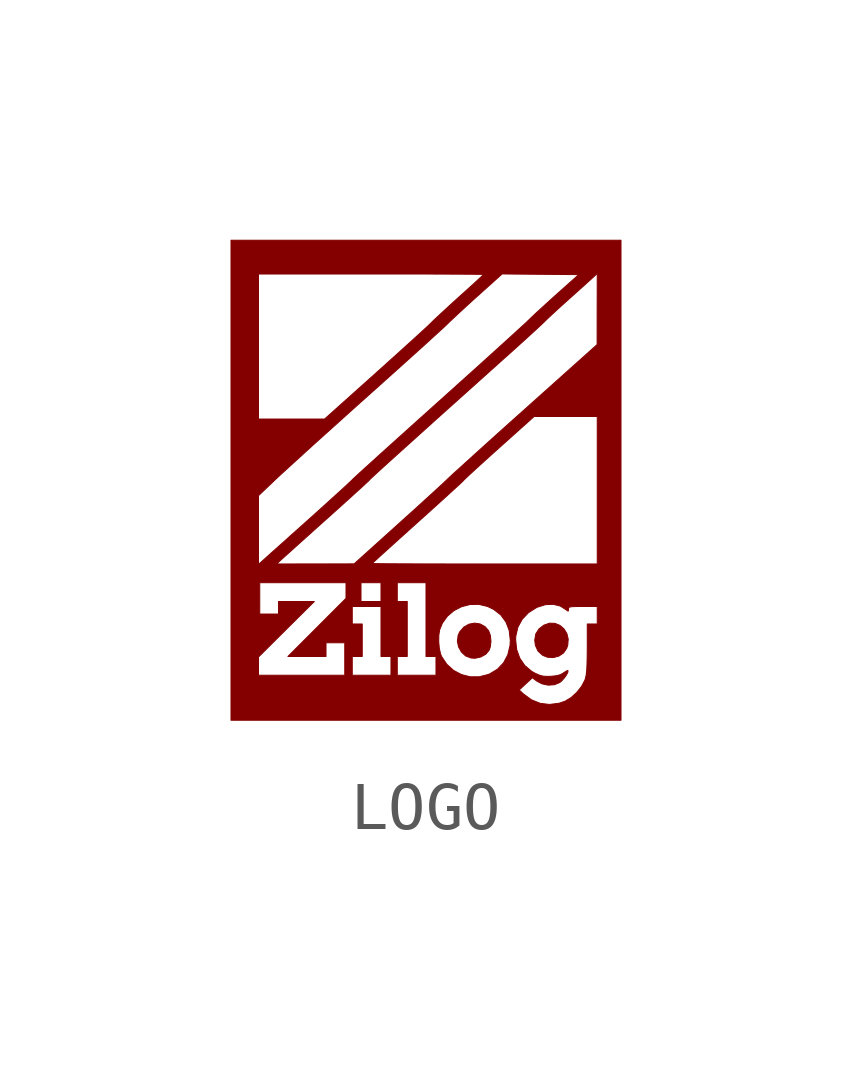
<source format=kicad_sym>
(kicad_symbol_lib
  (version 20210619)
  (generator bitmap2component)
  (symbol "LOGO"
    (pin_names
      (offset 1.016))
    (property "Reference" "#G"
      (at 0 4.367 0)
      (effects (font (size 1.27 1.27)) hide))
    (symbol "LOGO_0_0"
      (polyline (pts (xy 4.064 5.002) (xy -4.064 5.002) (xy -4.064 4.298) (xy -3.491 4.298) (xy -1.138 4.298) (xy -0.794 4.298) (xy -0.465 4.298) (xy -0.155 4.298) (xy 0.132 4.297) (xy 0.393 4.296) (xy 0.624 4.295) (xy 0.821 4.294) (xy 0.98 4.293) (xy 1.099 4.291) (xy 1.173 4.29) (xy 1.198 4.288) (xy 1.186 4.274) (xy 1.139 4.23) (xy 1.063 4.159) (xy 0.963 4.067) (xy 0.843 3.959) (xy 0.71 3.839) (xy 0.616 3.754) (xy 0.478 3.628) (xy 0.351 3.511) (xy 0.242 3.41) (xy 0.157 3.33) (xy 0.105 3.278) (xy 0.091 3.265) (xy 0.034 3.21) (xy -0.056 3.127) (xy -0.176 3.017) (xy -0.32 2.886) (xy -0.485 2.737) (xy -0.666 2.573) (xy -0.861 2.398) (xy -1.063 2.216) (xy -2.113 1.276) (xy -3.491 1.276) (xy -3.491 4.298) (xy -4.064 4.298) (xy -4.064 -1.754) (xy -3.491 -1.754) (xy -3.491 -0.321) (xy -3.12 0.032) (xy -3.114 0.037) (xy -3.031 0.115) (xy -2.913 0.223) (xy -2.765 0.358) (xy -2.59 0.517) (xy -2.393 0.697) (xy -2.176 0.893) (xy -1.944 1.101) (xy -1.701 1.32) (xy -1.452 1.544) (xy -1.198 1.771) (xy -1.125 1.836) (xy -0.882 2.054) (xy -0.65 2.262) (xy -0.432 2.458) (xy -0.23 2.64) (xy -0.047 2.805) (xy 0.112 2.95) (xy 0.245 3.071) (xy 0.349 3.166) (xy 0.42 3.232) (xy 0.456 3.267) (xy 0.493 3.304) (xy 0.569 3.375) (xy 0.671 3.471) (xy 0.793 3.583) (xy 0.929 3.708) (xy 1.073 3.838) (xy 1.586 4.299) (xy 3.183 4.285) (xy 2.731 3.882) (xy 2.677 3.834) (xy 2.539 3.709) (xy 2.408 3.589) (xy 2.291 3.482) (xy 2.198 3.394) (xy 2.136 3.334) (xy 2.098 3.297) (xy 2.022 3.227) (xy 1.914 3.128) (xy 1.776 3.002) (xy 1.612 2.853) (xy 1.423 2.682) (xy 1.214 2.493) (xy 0.987 2.288) (xy 0.745 2.071) (xy 0.492 1.843) (xy 0.23 1.608) (xy 0.213 1.593) (xy -0.044 1.362) (xy -0.29 1.141) (xy -0.522 0.932) (xy -0.738 0.738) (xy -0.933 0.562) (xy -1.106 0.405) (xy -1.254 0.271) (xy -1.375 0.161) (xy -1.464 0.079) (xy -1.521 0.026) (xy -1.541 0.006) (xy -1.56 -0.013) (xy -1.614 -0.064) (xy -1.699 -0.143) (xy -1.812 -0.246) (xy -1.949 -0.37) (xy -2.105 -0.512) (xy -2.277 -0.667) (xy -2.462 -0.833) (xy -2.632 -0.985) (xy -2.809 -1.143) (xy -2.972 -1.29) (xy -3.117 -1.419) (xy -3.24 -1.529) (xy -3.336 -1.615) (xy -3.401 -1.674) (xy -3.432 -1.702) (xy -3.481 -1.745) (xy -3.112 -1.745) (xy -3.047 -1.684) (xy -3.023 -1.661) (xy -2.961 -1.605) (xy -2.868 -1.522) (xy -2.748 -1.414) (xy -2.606 -1.286) (xy -2.445 -1.142) (xy -2.27 -0.984) (xy -2.084 -0.818) (xy -1.92 -0.671) (xy -1.748 -0.516) (xy -1.591 -0.375) (xy -1.454 -0.25) (xy -1.339 -0.146) (xy -1.253 -0.066) (xy -1.197 -0.014) (xy -1.176 0.008) (xy -1.176 0.008) (xy -1.157 0.028) (xy -1.108 0.074) (xy -1.028 0.148) (xy -0.916 0.25) (xy -0.773 0.38) (xy -0.596 0.54) (xy -0.385 0.73) (xy -0.14 0.951) (xy 0.14 1.203) (xy 0.456 1.487) (xy 0.809 1.803) (xy 1.2 2.154) (xy 1.628 2.538) (xy 1.796 2.688) (xy 1.959 2.835) (xy 2.109 2.971) (xy 2.24 3.091) (xy 2.349 3.191) (xy 2.429 3.266) (xy 2.475 3.31) (xy 2.479 3.315) (xy 2.539 3.373) (xy 2.629 3.457) (xy 2.74 3.56) (xy 2.865 3.673) (xy 2.996 3.791) (xy 3.018 3.81) (xy 3.144 3.924) (xy 3.262 4.029) (xy 3.362 4.12) (xy 3.439 4.189) (xy 3.484 4.23) (xy 3.569 4.309) (xy 3.567 3.568) (xy 3.566 2.827) (xy 2.081 1.498) (xy 2.07 1.488) (xy 1.829 1.273) (xy 1.597 1.065) (xy 1.377 0.867) (xy 1.172 0.682) (xy 0.986 0.514) (xy 0.822 0.365) (xy 0.683 0.239) (xy 0.572 0.139) (xy 0.494 0.066) (xy 0.452 0.026) (xy 0.416 -0.008) (xy 0.34 -0.08) (xy 0.233 -0.178) (xy 0.1 -0.3) (xy -0.054 -0.44) (xy -0.224 -0.595) (xy -0.406 -0.759) (xy -0.596 -0.93) (xy -1.49 -1.736) (xy -1.12 -1.736) (xy -1.12 -1.735) (xy -1.097 -1.712) (xy -1.038 -1.658) (xy -0.95 -1.577) (xy -0.833 -1.471) (xy -0.694 -1.345) (xy -0.534 -1.201) (xy -0.359 -1.043) (xy -0.171 -0.874) (xy -0.149 -0.854) (xy 0.038 -0.686) (xy 0.213 -0.528) (xy 0.371 -0.385) (xy 0.509 -0.259) (xy 0.624 -0.154) (xy 0.711 -0.074) (xy 0.766 -0.022) (xy 0.786 -0.000400) (xy 0.787 0.000300) (xy 0.811 0.025) (xy 0.87 0.081) (xy 0.959 0.163) (xy 1.072 0.267) (xy 1.208 0.39) (xy 1.359 0.527) (xy 1.524 0.675) (xy 2.253 1.328) (xy 3.569 1.329) (xy 3.569 -1.745) (xy 1.216 -1.745) (xy 0.872 -1.745) (xy 0.543 -1.745) (xy 0.233 -1.744) (xy -0.054 -1.744) (xy -0.315 -1.743) (xy -0.546 -1.742) (xy -0.743 -1.741) (xy -0.902 -1.74) (xy -1.021 -1.738) (xy -1.095 -1.737) (xy -1.12 -1.736) (xy -1.49 -1.736) (xy -1.498 -1.743) (xy -3.112 -1.745) (xy -3.481 -1.745) (xy -3.491 -1.754) (xy -4.064 -1.754) (xy -4.064 -3.684) (xy -3.491 -3.684) (xy -2.909 -3.105) (xy -2.327 -2.527) (xy -3.074 -2.527) (xy -3.074 -2.788) (xy -3.465 -2.788) (xy -3.465 -2.136) (xy -1.667 -2.136) (xy -1.355 -2.136) (xy -0.938 -2.136) (xy -0.599 -2.136) (xy 0 -2.136) (xy 0 -3.369) (xy 0.265 -3.369) (xy 0.267 -3.232) (xy 0.285 -3.117) (xy 0.341 -2.979) (xy 0.446 -2.834) (xy 0.582 -2.718) (xy 0.743 -2.635) (xy 0.918 -2.59) (xy 1.1 -2.587) (xy 1.281 -2.63) (xy 1.409 -2.691) (xy 1.558 -2.807) (xy 1.667 -2.956) (xy 1.734 -3.132) (xy 1.755 -3.32) (xy 1.868 -3.32) (xy 1.872 -3.248) (xy 1.915 -3.062) (xy 2.005 -2.898) (xy 2.136 -2.76) (xy 2.305 -2.653) (xy 2.323 -2.645) (xy 2.49 -2.593) (xy 2.651 -2.586) (xy 2.798 -2.622) (xy 2.923 -2.701) (xy 2.946 -2.721) (xy 2.966 -2.726) (xy 2.97 -2.687) (xy 2.971 -2.67) (xy 2.979 -2.652) (xy 3.005 -2.64) (xy 3.056 -2.634) (xy 3.141 -2.632) (xy 3.269 -2.631) (xy 3.569 -2.631) (xy 3.569 -2.996) (xy 3.361 -2.996) (xy 3.361 -3.499) (xy 3.359 -3.692) (xy 3.355 -3.852) (xy 3.348 -3.974) (xy 3.337 -4.067) (xy 3.321 -4.136) (xy 3.311 -4.166) (xy 3.242 -4.296) (xy 3.141 -4.423) (xy 3.022 -4.531) (xy 2.899 -4.605) (xy 2.771 -4.648) (xy 2.572 -4.673) (xy 2.379 -4.649) (xy 2.197 -4.576) (xy 2.031 -4.454) (xy 1.942 -4.371) (xy 2.08 -4.243) (xy 2.217 -4.116) (xy 2.309 -4.186) (xy 2.417 -4.243) (xy 2.547 -4.271) (xy 2.676 -4.262) (xy 2.787 -4.216) (xy 2.831 -4.179) (xy 2.885 -4.119) (xy 2.93 -4.054) (xy 2.958 -3.998) (xy 2.958 -3.965) (xy 2.954 -3.965) (xy 2.921 -3.979) (xy 2.866 -4.015) (xy 2.804 -4.051) (xy 2.721 -4.074) (xy 2.604 -4.086) (xy 2.534 -4.088) (xy 2.445 -4.084) (xy 2.368 -4.065) (xy 2.28 -4.026) (xy 2.204 -3.984) (xy 2.059 -3.862) (xy 1.954 -3.708) (xy 1.889 -3.525) (xy 1.868 -3.32) (xy 1.755 -3.32) (xy 1.757 -3.335) (xy 1.751 -3.445) (xy 1.705 -3.638) (xy 1.618 -3.803) (xy 1.491 -3.937) (xy 1.327 -4.036) (xy 1.295 -4.049) (xy 1.108 -4.096) (xy 0.92 -4.096) (xy 0.739 -4.05) (xy 0.575 -3.963) (xy 0.434 -3.836) (xy 0.325 -3.673) (xy 0.305 -3.625) (xy 0.278 -3.506) (xy 0.265 -3.369) (xy 0 -3.369) (xy 0 -3.673) (xy 0.208 -3.673) (xy 0.208 -4.064) (xy -0.599 -4.064) (xy -0.599 -3.673) (xy -0.391 -3.673) (xy -0.391 -2.527) (xy -0.599 -2.527) (xy -0.599 -2.136) (xy -0.938 -2.136) (xy -0.938 -2.527) (xy -1.355 -2.527) (xy -1.355 -2.136) (xy -1.667 -2.136) (xy -1.667 -2.461) (xy -1.837 -2.631) (xy -1.537 -2.631) (xy -0.938 -2.631) (xy -0.938 -3.673) (xy -0.73 -3.673) (xy -0.73 -4.064) (xy -1.537 -4.064) (xy -1.537 -3.673) (xy -1.329 -3.673) (xy -1.329 -2.996) (xy -1.537 -2.996) (xy -1.537 -2.631) (xy -1.837 -2.631) (xy -2.878 -3.673) (xy -2.084 -3.673) (xy -2.084 -3.387) (xy -1.693 -3.387) (xy -1.693 -4.064) (xy -3.491 -4.064) (xy -3.491 -3.684) (xy -4.064 -3.684) (xy -4.064 -5.002) (xy 4.064 -5.002) (xy 4.064 5.002)) (stroke (width 0.01)) (fill (type outline)))
      (polyline (pts (xy 2.769 -3.665) (xy 2.866 -3.6) (xy 2.932 -3.504) (xy 2.954 -3.439) (xy 2.964 -3.312) (xy 2.936 -3.196) (xy 2.876 -3.098) (xy 2.791 -3.025) (xy 2.688 -2.983) (xy 2.574 -2.979) (xy 2.455 -3.021) (xy 2.356 -3.097) (xy 2.288 -3.203) (xy 2.266 -3.333) (xy 2.28 -3.443) (xy 2.335 -3.561) (xy 2.43 -3.648) (xy 2.531 -3.689) (xy 2.653 -3.696) (xy 2.769 -3.665)) (stroke (width 0.01)) (fill (type outline)))
      (polyline (pts (xy 1.144 -3.683) (xy 1.246 -3.626) (xy 1.315 -3.544) (xy 1.339 -3.477) (xy 1.354 -3.357) (xy 1.342 -3.236) (xy 1.306 -3.137) (xy 1.232 -3.052) (xy 1.128 -2.995) (xy 1.012 -2.978) (xy 0.895 -3) (xy 0.788 -3.061) (xy 0.702 -3.16) (xy 0.669 -3.235) (xy 0.654 -3.356) (xy 0.679 -3.475) (xy 0.738 -3.581) (xy 0.826 -3.662) (xy 0.938 -3.705) (xy 1.025 -3.71) (xy 1.144 -3.683)) (stroke (width 0.01)) (fill (type outline))))))
</source>
